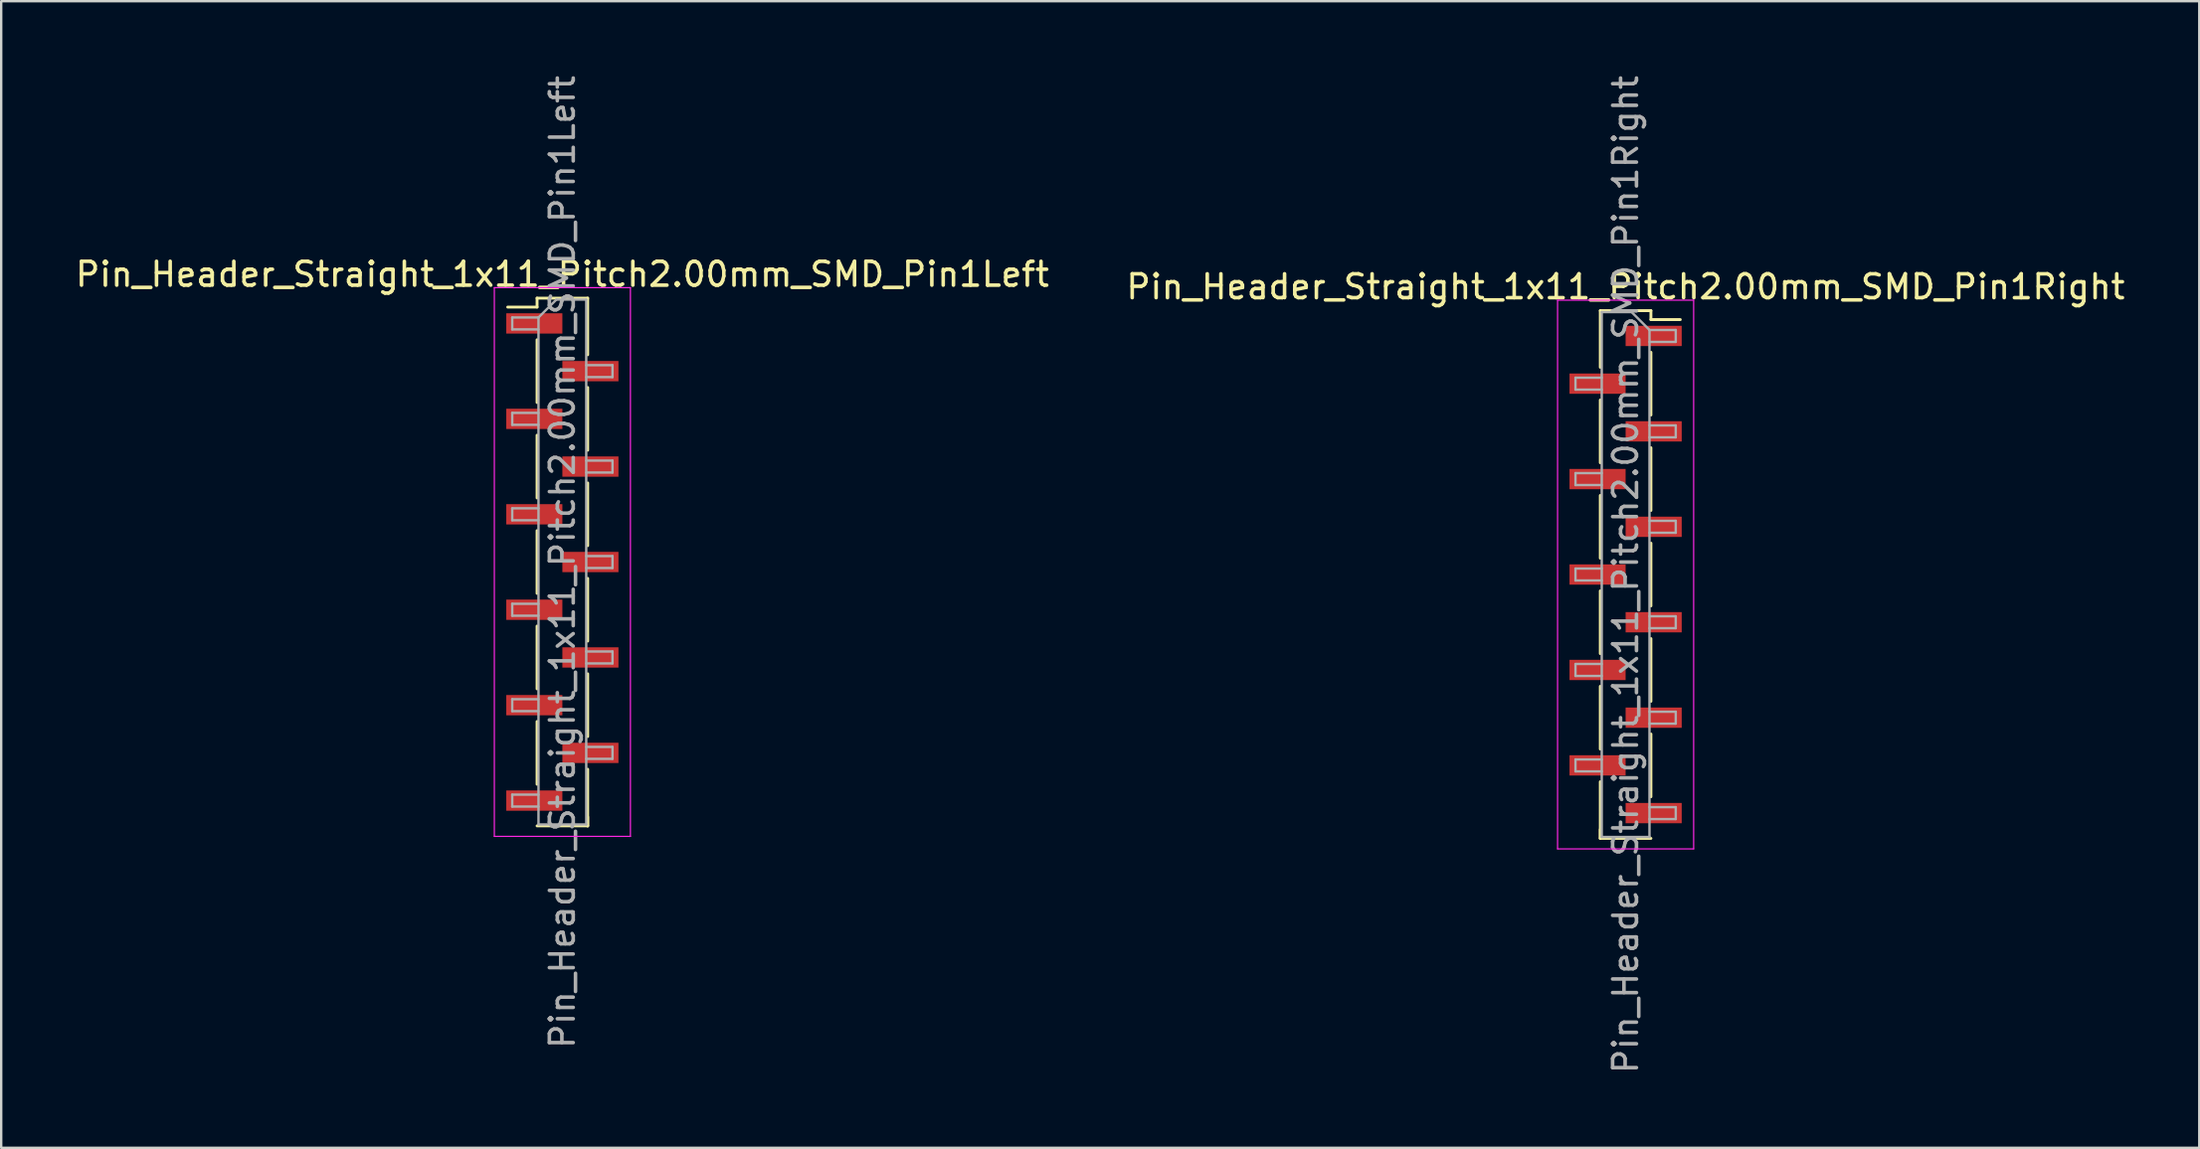
<source format=kicad_pcb>
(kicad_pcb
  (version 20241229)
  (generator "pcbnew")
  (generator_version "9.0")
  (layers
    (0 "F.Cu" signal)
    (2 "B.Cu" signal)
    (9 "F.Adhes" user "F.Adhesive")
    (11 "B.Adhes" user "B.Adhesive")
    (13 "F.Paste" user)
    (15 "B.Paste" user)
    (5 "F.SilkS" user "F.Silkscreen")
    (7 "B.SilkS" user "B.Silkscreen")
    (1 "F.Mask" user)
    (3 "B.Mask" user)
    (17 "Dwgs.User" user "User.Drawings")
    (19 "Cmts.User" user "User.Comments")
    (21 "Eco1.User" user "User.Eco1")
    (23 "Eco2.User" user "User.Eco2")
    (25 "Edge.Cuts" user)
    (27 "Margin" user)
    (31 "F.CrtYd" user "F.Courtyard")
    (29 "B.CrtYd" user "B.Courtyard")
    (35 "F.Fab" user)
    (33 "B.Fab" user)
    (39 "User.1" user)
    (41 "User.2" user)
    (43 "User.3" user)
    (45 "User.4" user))
  (footprint "Pin_Header_Straight_1x11_Pitch2.00mm_SMD_Pin1Right"
    (layer "F.Cu")
    (at 65.042 21.03)
    (property "Reference" "Pin_Header_Straight_1x11_Pitch2.00mm_SMD_Pin1Right" (at 0 -12.06 0) (layer "F.SilkS") (effects (font (size 1 1) (thickness 0.15))))
    (attr smd)
    (fp_line (start -1.06 -11.06) (end -1.06 -8.685) (stroke (width 0.12) (type solid)) (layer "F.SilkS"))
    (fp_line (start -1.06 -11.06) (end 1.06 -11.06) (stroke (width 0.12) (type solid)) (layer "F.SilkS"))
    (fp_line (start -1.06 -7.315) (end -1.06 -4.685) (stroke (width 0.12) (type solid)) (layer "F.SilkS"))
    (fp_line (start -1.06 -3.315) (end -1.06 -0.685) (stroke (width 0.12) (type solid)) (layer "F.SilkS"))
    (fp_line (start -1.06 0.685) (end -1.06 3.315) (stroke (width 0.12) (type solid)) (layer "F.SilkS"))
    (fp_line (start -1.06 4.685) (end -1.06 7.315) (stroke (width 0.12) (type solid)) (layer "F.SilkS"))
    (fp_line (start -1.06 8.685) (end -1.06 11.06) (stroke (width 0.12) (type solid)) (layer "F.SilkS"))
    (fp_line (start -1.06 10.685) (end -1.06 11.06) (stroke (width 0.12) (type solid)) (layer "F.SilkS"))
    (fp_line (start -1.06 11.06) (end 1.06 11.06) (stroke (width 0.12) (type solid)) (layer "F.SilkS"))
    (fp_line (start 1.06 -11.06) (end 1.06 -10.685) (stroke (width 0.12) (type solid)) (layer "F.SilkS"))
    (fp_line (start 1.06 -10.685) (end 2.29 -10.685) (stroke (width 0.12) (type solid)) (layer "F.SilkS"))
    (fp_line (start 1.06 -9.315) (end 1.06 -6.685) (stroke (width 0.12) (type solid)) (layer "F.SilkS"))
    (fp_line (start 1.06 -5.315) (end 1.06 -2.685) (stroke (width 0.12) (type solid)) (layer "F.SilkS"))
    (fp_line (start 1.06 -1.315) (end 1.06 1.315) (stroke (width 0.12) (type solid)) (layer "F.SilkS"))
    (fp_line (start 1.06 2.685) (end 1.06 5.315) (stroke (width 0.12) (type solid)) (layer "F.SilkS"))
    (fp_line (start 1.06 6.685) (end 1.06 9.315) (stroke (width 0.12) (type solid)) (layer "F.SilkS"))
    (fp_line (start -2.85 -11.5) (end -2.85 11.5) (stroke (width 0.05) (type solid)) (layer "F.CrtYd"))
    (fp_line (start -2.85 11.5) (end 2.85 11.5) (stroke (width 0.05) (type solid)) (layer "F.CrtYd"))
    (fp_line (start 2.85 -11.5) (end -2.85 -11.5) (stroke (width 0.05) (type solid)) (layer "F.CrtYd"))
    (fp_line (start 2.85 11.5) (end 2.85 -11.5) (stroke (width 0.05) (type solid)) (layer "F.CrtYd"))
    (fp_line (start -2.1 -8.25) (end -2.1 -7.75) (stroke (width 0.1) (type solid)) (layer "F.Fab"))
    (fp_line (start -2.1 -7.75) (end -1 -7.75) (stroke (width 0.1) (type solid)) (layer "F.Fab"))
    (fp_line (start -2.1 -4.25) (end -2.1 -3.75) (stroke (width 0.1) (type solid)) (layer "F.Fab"))
    (fp_line (start -2.1 -3.75) (end -1 -3.75) (stroke (width 0.1) (type solid)) (layer "F.Fab"))
    (fp_line (start -2.1 -0.25) (end -2.1 0.25) (stroke (width 0.1) (type solid)) (layer "F.Fab"))
    (fp_line (start -2.1 0.25) (end -1 0.25) (stroke (width 0.1) (type solid)) (layer "F.Fab"))
    (fp_line (start -2.1 3.75) (end -2.1 4.25) (stroke (width 0.1) (type solid)) (layer "F.Fab"))
    (fp_line (start -2.1 4.25) (end -1 4.25) (stroke (width 0.1) (type solid)) (layer "F.Fab"))
    (fp_line (start -2.1 7.75) (end -2.1 8.25) (stroke (width 0.1) (type solid)) (layer "F.Fab"))
    (fp_line (start -2.1 8.25) (end -1 8.25) (stroke (width 0.1) (type solid)) (layer "F.Fab"))
    (fp_line (start -1 -11) (end -1 11) (stroke (width 0.1) (type solid)) (layer "F.Fab"))
    (fp_line (start -1 -11) (end 0.25 -11) (stroke (width 0.1) (type solid)) (layer "F.Fab"))
    (fp_line (start -1 -8.25) (end -2.1 -8.25) (stroke (width 0.1) (type solid)) (layer "F.Fab"))
    (fp_line (start -1 -4.25) (end -2.1 -4.25) (stroke (width 0.1) (type solid)) (layer "F.Fab"))
    (fp_line (start -1 -0.25) (end -2.1 -0.25) (stroke (width 0.1) (type solid)) (layer "F.Fab"))
    (fp_line (start -1 3.75) (end -2.1 3.75) (stroke (width 0.1) (type solid)) (layer "F.Fab"))
    (fp_line (start -1 7.75) (end -2.1 7.75) (stroke (width 0.1) (type solid)) (layer "F.Fab"))
    (fp_line (start 1 -10.25) (end 0.25 -11) (stroke (width 0.1) (type solid)) (layer "F.Fab"))
    (fp_line (start 1 -10.25) (end 2.1 -10.25) (stroke (width 0.1) (type solid)) (layer "F.Fab"))
    (fp_line (start 1 -6.25) (end 2.1 -6.25) (stroke (width 0.1) (type solid)) (layer "F.Fab"))
    (fp_line (start 1 -2.25) (end 2.1 -2.25) (stroke (width 0.1) (type solid)) (layer "F.Fab"))
    (fp_line (start 1 1.75) (end 2.1 1.75) (stroke (width 0.1) (type solid)) (layer "F.Fab"))
    (fp_line (start 1 5.75) (end 2.1 5.75) (stroke (width 0.1) (type solid)) (layer "F.Fab"))
    (fp_line (start 1 9.75) (end 2.1 9.75) (stroke (width 0.1) (type solid)) (layer "F.Fab"))
    (fp_line (start 1 11) (end -1 11) (stroke (width 0.1) (type solid)) (layer "F.Fab"))
    (fp_line (start 1 11) (end 1 -10.25) (stroke (width 0.1) (type solid)) (layer "F.Fab"))
    (fp_line (start 2.1 -10.25) (end 2.1 -9.75) (stroke (width 0.1) (type solid)) (layer "F.Fab"))
    (fp_line (start 2.1 -9.75) (end 1 -9.75) (stroke (width 0.1) (type solid)) (layer "F.Fab"))
    (fp_line (start 2.1 -6.25) (end 2.1 -5.75) (stroke (width 0.1) (type solid)) (layer "F.Fab"))
    (fp_line (start 2.1 -5.75) (end 1 -5.75) (stroke (width 0.1) (type solid)) (layer "F.Fab"))
    (fp_line (start 2.1 -2.25) (end 2.1 -1.75) (stroke (width 0.1) (type solid)) (layer "F.Fab"))
    (fp_line (start 2.1 -1.75) (end 1 -1.75) (stroke (width 0.1) (type solid)) (layer "F.Fab"))
    (fp_line (start 2.1 1.75) (end 2.1 2.25) (stroke (width 0.1) (type solid)) (layer "F.Fab"))
    (fp_line (start 2.1 2.25) (end 1 2.25) (stroke (width 0.1) (type solid)) (layer "F.Fab"))
    (fp_line (start 2.1 5.75) (end 2.1 6.25) (stroke (width 0.1) (type solid)) (layer "F.Fab"))
    (fp_line (start 2.1 6.25) (end 1 6.25) (stroke (width 0.1) (type solid)) (layer "F.Fab"))
    (fp_line (start 2.1 9.75) (end 2.1 10.25) (stroke (width 0.1) (type solid)) (layer "F.Fab"))
    (fp_line (start 2.1 10.25) (end 1 10.25) (stroke (width 0.1) (type solid)) (layer "F.Fab"))
    (fp_text user "${REFERENCE}" (at 0 0 90) (layer "F.Fab") (effects (font (size 1 1) (thickness 0.15))))
    (pad "1" smd rect (at 1.175 -10) (size 2.35 0.85) (layers "F.Cu" "F.Mask" "F.Paste"))
    (pad "2" smd rect (at -1.175 -8) (size 2.35 0.85) (layers "F.Cu" "F.Mask" "F.Paste"))
    (pad "3" smd rect (at 1.175 -6) (size 2.35 0.85) (layers "F.Cu" "F.Mask" "F.Paste"))
    (pad "4" smd rect (at -1.175 -4) (size 2.35 0.85) (layers "F.Cu" "F.Mask" "F.Paste"))
    (pad "5" smd rect (at 1.175 -2) (size 2.35 0.85) (layers "F.Cu" "F.Mask" "F.Paste"))
    (pad "6" smd rect (at -1.175 0) (size 2.35 0.85) (layers "F.Cu" "F.Mask" "F.Paste"))
    (pad "7" smd rect (at 1.175 2) (size 2.35 0.85) (layers "F.Cu" "F.Mask" "F.Paste"))
    (pad "8" smd rect (at -1.175 4) (size 2.35 0.85) (layers "F.Cu" "F.Mask" "F.Paste"))
    (pad "9" smd rect (at 1.175 6) (size 2.35 0.85) (layers "F.Cu" "F.Mask" "F.Paste"))
    (pad "10" smd rect (at -1.175 8) (size 2.35 0.85) (layers "F.Cu" "F.Mask" "F.Paste"))
    (pad "11" smd rect (at 1.175 10) (size 2.35 0.85) (layers "F.Cu" "F.Mask" "F.Paste")))
  (footprint "Pin_Header_Straight_1x11_Pitch2.00mm_SMD_Pin1Left"
    (layer "F.Cu")
    (at 20.506 20.506)
    (property "Reference" "Pin_Header_Straight_1x11_Pitch2.00mm_SMD_Pin1Left" (at 0 -12.06 0) (layer "F.SilkS") (effects (font (size 1 1) (thickness 0.15))))
    (attr smd)
    (fp_line (start -1.06 -11.06) (end -1.06 -10.685) (stroke (width 0.12) (type solid)) (layer "F.SilkS"))
    (fp_line (start -1.06 -11.06) (end 1.06 -11.06) (stroke (width 0.12) (type solid)) (layer "F.SilkS"))
    (fp_line (start -1.06 -10.685) (end -2.29 -10.685) (stroke (width 0.12) (type solid)) (layer "F.SilkS"))
    (fp_line (start -1.06 -9.315) (end -1.06 -6.685) (stroke (width 0.12) (type solid)) (layer "F.SilkS"))
    (fp_line (start -1.06 -5.315) (end -1.06 -2.685) (stroke (width 0.12) (type solid)) (layer "F.SilkS"))
    (fp_line (start -1.06 -1.315) (end -1.06 1.315) (stroke (width 0.12) (type solid)) (layer "F.SilkS"))
    (fp_line (start -1.06 2.685) (end -1.06 5.315) (stroke (width 0.12) (type solid)) (layer "F.SilkS"))
    (fp_line (start -1.06 6.685) (end -1.06 9.315) (stroke (width 0.12) (type solid)) (layer "F.SilkS"))
    (fp_line (start -1.06 11.06) (end 1.06 11.06) (stroke (width 0.12) (type solid)) (layer "F.SilkS"))
    (fp_line (start 1.06 -11.06) (end 1.06 -8.685) (stroke (width 0.12) (type solid)) (layer "F.SilkS"))
    (fp_line (start 1.06 -7.315) (end 1.06 -4.685) (stroke (width 0.12) (type solid)) (layer "F.SilkS"))
    (fp_line (start 1.06 -3.315) (end 1.06 -0.685) (stroke (width 0.12) (type solid)) (layer "F.SilkS"))
    (fp_line (start 1.06 0.685) (end 1.06 3.315) (stroke (width 0.12) (type solid)) (layer "F.SilkS"))
    (fp_line (start 1.06 4.685) (end 1.06 7.315) (stroke (width 0.12) (type solid)) (layer "F.SilkS"))
    (fp_line (start 1.06 8.685) (end 1.06 11.06) (stroke (width 0.12) (type solid)) (layer "F.SilkS"))
    (fp_line (start 1.06 10.685) (end 1.06 11.06) (stroke (width 0.12) (type solid)) (layer "F.SilkS"))
    (fp_line (start -2.85 -11.5) (end -2.85 11.5) (stroke (width 0.05) (type solid)) (layer "F.CrtYd"))
    (fp_line (start -2.85 11.5) (end 2.85 11.5) (stroke (width 0.05) (type solid)) (layer "F.CrtYd"))
    (fp_line (start 2.85 -11.5) (end -2.85 -11.5) (stroke (width 0.05) (type solid)) (layer "F.CrtYd"))
    (fp_line (start 2.85 11.5) (end 2.85 -11.5) (stroke (width 0.05) (type solid)) (layer "F.CrtYd"))
    (fp_line (start -2.1 -10.25) (end -2.1 -9.75) (stroke (width 0.1) (type solid)) (layer "F.Fab"))
    (fp_line (start -2.1 -9.75) (end -1 -9.75) (stroke (width 0.1) (type solid)) (layer "F.Fab"))
    (fp_line (start -2.1 -6.25) (end -2.1 -5.75) (stroke (width 0.1) (type solid)) (layer "F.Fab"))
    (fp_line (start -2.1 -5.75) (end -1 -5.75) (stroke (width 0.1) (type solid)) (layer "F.Fab"))
    (fp_line (start -2.1 -2.25) (end -2.1 -1.75) (stroke (width 0.1) (type solid)) (layer "F.Fab"))
    (fp_line (start -2.1 -1.75) (end -1 -1.75) (stroke (width 0.1) (type solid)) (layer "F.Fab"))
    (fp_line (start -2.1 1.75) (end -2.1 2.25) (stroke (width 0.1) (type solid)) (layer "F.Fab"))
    (fp_line (start -2.1 2.25) (end -1 2.25) (stroke (width 0.1) (type solid)) (layer "F.Fab"))
    (fp_line (start -2.1 5.75) (end -2.1 6.25) (stroke (width 0.1) (type solid)) (layer "F.Fab"))
    (fp_line (start -2.1 6.25) (end -1 6.25) (stroke (width 0.1) (type solid)) (layer "F.Fab"))
    (fp_line (start -2.1 9.75) (end -2.1 10.25) (stroke (width 0.1) (type solid)) (layer "F.Fab"))
    (fp_line (start -2.1 10.25) (end -1 10.25) (stroke (width 0.1) (type solid)) (layer "F.Fab"))
    (fp_line (start -1 -10.25) (end -2.1 -10.25) (stroke (width 0.1) (type solid)) (layer "F.Fab"))
    (fp_line (start -1 -10.25) (end -0.25 -11) (stroke (width 0.1) (type solid)) (layer "F.Fab"))
    (fp_line (start -1 -6.25) (end -2.1 -6.25) (stroke (width 0.1) (type solid)) (layer "F.Fab"))
    (fp_line (start -1 -2.25) (end -2.1 -2.25) (stroke (width 0.1) (type solid)) (layer "F.Fab"))
    (fp_line (start -1 1.75) (end -2.1 1.75) (stroke (width 0.1) (type solid)) (layer "F.Fab"))
    (fp_line (start -1 5.75) (end -2.1 5.75) (stroke (width 0.1) (type solid)) (layer "F.Fab"))
    (fp_line (start -1 9.75) (end -2.1 9.75) (stroke (width 0.1) (type solid)) (layer "F.Fab"))
    (fp_line (start -1 11) (end -1 -10.25) (stroke (width 0.1) (type solid)) (layer "F.Fab"))
    (fp_line (start -0.25 -11) (end 1 -11) (stroke (width 0.1) (type solid)) (layer "F.Fab"))
    (fp_line (start 1 -11) (end 1 11) (stroke (width 0.1) (type solid)) (layer "F.Fab"))
    (fp_line (start 1 -8.25) (end 2.1 -8.25) (stroke (width 0.1) (type solid)) (layer "F.Fab"))
    (fp_line (start 1 -4.25) (end 2.1 -4.25) (stroke (width 0.1) (type solid)) (layer "F.Fab"))
    (fp_line (start 1 -0.25) (end 2.1 -0.25) (stroke (width 0.1) (type solid)) (layer "F.Fab"))
    (fp_line (start 1 3.75) (end 2.1 3.75) (stroke (width 0.1) (type solid)) (layer "F.Fab"))
    (fp_line (start 1 7.75) (end 2.1 7.75) (stroke (width 0.1) (type solid)) (layer "F.Fab"))
    (fp_line (start 1 11) (end -1 11) (stroke (width 0.1) (type solid)) (layer "F.Fab"))
    (fp_line (start 2.1 -8.25) (end 2.1 -7.75) (stroke (width 0.1) (type solid)) (layer "F.Fab"))
    (fp_line (start 2.1 -7.75) (end 1 -7.75) (stroke (width 0.1) (type solid)) (layer "F.Fab"))
    (fp_line (start 2.1 -4.25) (end 2.1 -3.75) (stroke (width 0.1) (type solid)) (layer "F.Fab"))
    (fp_line (start 2.1 -3.75) (end 1 -3.75) (stroke (width 0.1) (type solid)) (layer "F.Fab"))
    (fp_line (start 2.1 -0.25) (end 2.1 0.25) (stroke (width 0.1) (type solid)) (layer "F.Fab"))
    (fp_line (start 2.1 0.25) (end 1 0.25) (stroke (width 0.1) (type solid)) (layer "F.Fab"))
    (fp_line (start 2.1 3.75) (end 2.1 4.25) (stroke (width 0.1) (type solid)) (layer "F.Fab"))
    (fp_line (start 2.1 4.25) (end 1 4.25) (stroke (width 0.1) (type solid)) (layer "F.Fab"))
    (fp_line (start 2.1 7.75) (end 2.1 8.25) (stroke (width 0.1) (type solid)) (layer "F.Fab"))
    (fp_line (start 2.1 8.25) (end 1 8.25) (stroke (width 0.1) (type solid)) (layer "F.Fab"))
    (fp_text user "${REFERENCE}" (at 0 0 90) (layer "F.Fab") (effects (font (size 1 1) (thickness 0.15))))
    (pad "1" smd rect (at -1.175 -10) (size 2.35 0.85) (layers "F.Cu" "F.Mask" "F.Paste"))
    (pad "2" smd rect (at 1.175 -8) (size 2.35 0.85) (layers "F.Cu" "F.Mask" "F.Paste"))
    (pad "3" smd rect (at -1.175 -6) (size 2.35 0.85) (layers "F.Cu" "F.Mask" "F.Paste"))
    (pad "4" smd rect (at 1.175 -4) (size 2.35 0.85) (layers "F.Cu" "F.Mask" "F.Paste"))
    (pad "5" smd rect (at -1.175 -2) (size 2.35 0.85) (layers "F.Cu" "F.Mask" "F.Paste"))
    (pad "6" smd rect (at 1.175 0) (size 2.35 0.85) (layers "F.Cu" "F.Mask" "F.Paste"))
    (pad "7" smd rect (at -1.175 2) (size 2.35 0.85) (layers "F.Cu" "F.Mask" "F.Paste"))
    (pad "8" smd rect (at 1.175 4) (size 2.35 0.85) (layers "F.Cu" "F.Mask" "F.Paste"))
    (pad "9" smd rect (at -1.175 6) (size 2.35 0.85) (layers "F.Cu" "F.Mask" "F.Paste"))
    (pad "10" smd rect (at 1.175 8) (size 2.35 0.85) (layers "F.Cu" "F.Mask" "F.Paste"))
    (pad "11" smd rect (at -1.175 10) (size 2.35 0.85) (layers "F.Cu" "F.Mask" "F.Paste")))
  (gr_rect
    (start -3 -3)
    (end 89.071 45.06)
    (stroke (width 0.1) (type default))
    (fill no)
    (layer "Edge.Cuts")))
</source>
